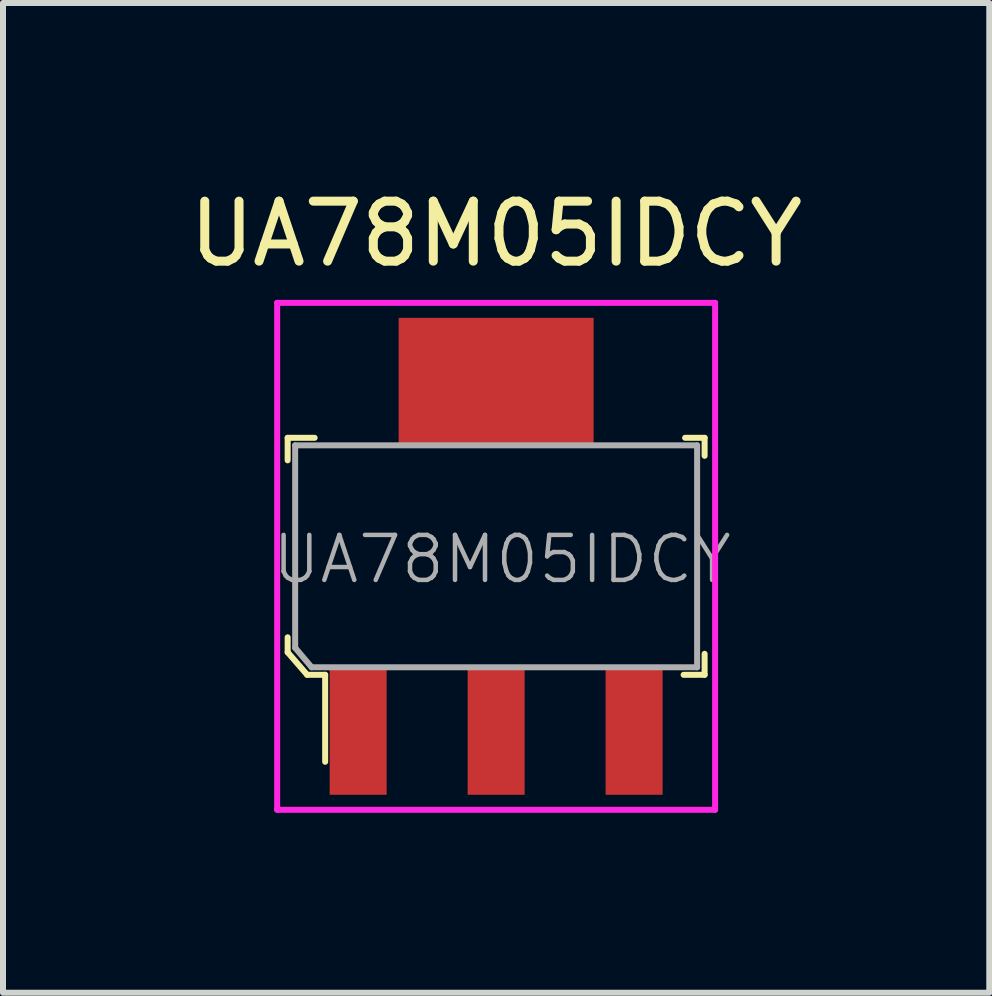
<source format=kicad_pcb>
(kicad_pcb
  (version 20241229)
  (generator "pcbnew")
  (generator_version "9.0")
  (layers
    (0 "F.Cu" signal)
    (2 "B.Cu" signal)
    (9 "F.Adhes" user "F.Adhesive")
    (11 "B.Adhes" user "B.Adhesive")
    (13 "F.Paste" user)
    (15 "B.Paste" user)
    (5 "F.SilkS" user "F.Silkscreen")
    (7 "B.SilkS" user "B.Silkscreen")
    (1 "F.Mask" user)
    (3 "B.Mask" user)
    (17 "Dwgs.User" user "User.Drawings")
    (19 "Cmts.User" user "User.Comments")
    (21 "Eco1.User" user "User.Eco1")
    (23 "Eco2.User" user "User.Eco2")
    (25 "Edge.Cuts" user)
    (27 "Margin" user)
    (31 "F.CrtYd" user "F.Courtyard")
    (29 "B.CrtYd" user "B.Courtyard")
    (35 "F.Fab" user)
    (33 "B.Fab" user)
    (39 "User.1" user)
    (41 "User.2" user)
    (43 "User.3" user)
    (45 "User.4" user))
  (footprint "UA78M05IDCY"
    (layer "F.Cu")
    (at 5.22 6.223)
    (property "Reference" "UA78M05IDCY" (at 0 -5.375 0) (layer "F.SilkS") (effects (font (size 1 1) (thickness 0.15))))
    (attr through_hole)
    (fp_line (start -3.475 -1.975) (end -3.475 -1.6) (stroke (width 0.1) (type solid)) (layer "F.SilkS"))
    (fp_line (start -3.475 1.35) (end -3.475 1.6) (stroke (width 0.1) (type solid)) (layer "F.SilkS"))
    (fp_line (start -3.475 1.6) (end -3.15 1.975) (stroke (width 0.1) (type solid)) (layer "F.SilkS"))
    (fp_line (start -3.15 1.975) (end -2.85 1.975) (stroke (width 0.1) (type solid)) (layer "F.SilkS"))
    (fp_line (start -3.025 -1.975) (end -3.475 -1.975) (stroke (width 0.1) (type solid)) (layer "F.SilkS"))
    (fp_line (start -2.85 1.975) (end -2.85 3.425) (stroke (width 0.1) (type solid)) (layer "F.SilkS"))
    (fp_line (start 3.15 -1.975) (end 3.475 -1.975) (stroke (width 0.1) (type solid)) (layer "F.SilkS"))
    (fp_line (start 3.475 -1.975) (end 3.475 -1.675) (stroke (width 0.1) (type solid)) (layer "F.SilkS"))
    (fp_line (start 3.475 1.625) (end 3.475 1.975) (stroke (width 0.1) (type solid)) (layer "F.SilkS"))
    (fp_line (start 3.475 1.975) (end 3.125 1.975) (stroke (width 0.1) (type solid)) (layer "F.SilkS"))
    (fp_line (start -3.65 -4.225) (end 3.65 -4.225) (stroke (width 0.1) (type solid)) (layer "F.CrtYd"))
    (fp_line (start -3.65 4.225) (end -3.65 -4.225) (stroke (width 0.1) (type solid)) (layer "F.CrtYd"))
    (fp_line (start 3.65 -4.225) (end 3.65 4.225) (stroke (width 0.1) (type solid)) (layer "F.CrtYd"))
    (fp_line (start 3.65 4.225) (end -3.65 4.225) (stroke (width 0.1) (type solid)) (layer "F.CrtYd"))
    (fp_line (start -3.35 -1.85) (end 3.35 -1.85) (stroke (width 0.1) (type solid)) (layer "F.Fab"))
    (fp_line (start -3.35 1.525) (end -3.35 -1.85) (stroke (width 0.1) (type solid)) (layer "F.Fab"))
    (fp_line (start -3.35 1.525) (end -3.075 1.85) (stroke (width 0.1) (type solid)) (layer "F.Fab"))
    (fp_line (start -3.075 1.85) (end 3.35 1.85) (stroke (width 0.1) (type solid)) (layer "F.Fab"))
    (fp_line (start 3.35 -1.85) (end 3.35 1.85) (stroke (width 0.1) (type solid)) (layer "F.Fab"))
    (fp_text user "${REFERENCE}" (at 0.1 0.05 0) (layer "F.Fab") (effects (font (size 0.75 0.75) (thickness 0.075))))
    (pad "1" smd rect (at -2.3 2.9) (size 0.95 2.15) (layers "F.Cu" "F.Mask" "F.Paste"))
    (pad "2" smd rect (at 0 2.9) (size 0.95 2.15) (layers "F.Cu" "F.Mask" "F.Paste"))
    (pad "3" smd rect (at 2.3 2.9) (size 0.95 2.15) (layers "F.Cu" "F.Mask" "F.Paste"))
    (pad "4" smd rect (at 0 -2.9) (size 3.25 2.15) (layers "F.Cu" "F.Mask" "F.Paste")))
  (gr_rect
    (start -3 -3)
    (end 13.44 13.498)
    (stroke (width 0.1) (type default))
    (fill no)
    (layer "Edge.Cuts")))
</source>
